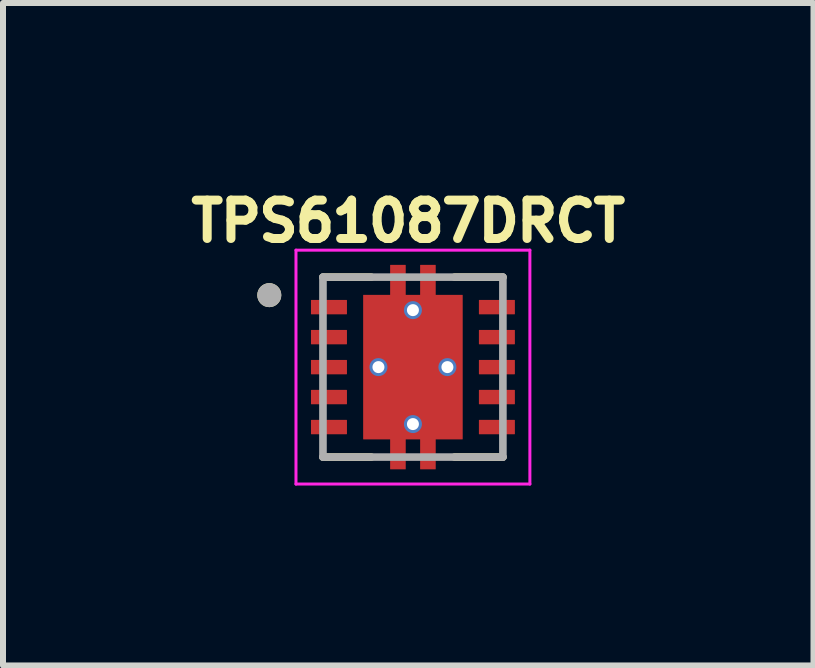
<source format=kicad_pcb>
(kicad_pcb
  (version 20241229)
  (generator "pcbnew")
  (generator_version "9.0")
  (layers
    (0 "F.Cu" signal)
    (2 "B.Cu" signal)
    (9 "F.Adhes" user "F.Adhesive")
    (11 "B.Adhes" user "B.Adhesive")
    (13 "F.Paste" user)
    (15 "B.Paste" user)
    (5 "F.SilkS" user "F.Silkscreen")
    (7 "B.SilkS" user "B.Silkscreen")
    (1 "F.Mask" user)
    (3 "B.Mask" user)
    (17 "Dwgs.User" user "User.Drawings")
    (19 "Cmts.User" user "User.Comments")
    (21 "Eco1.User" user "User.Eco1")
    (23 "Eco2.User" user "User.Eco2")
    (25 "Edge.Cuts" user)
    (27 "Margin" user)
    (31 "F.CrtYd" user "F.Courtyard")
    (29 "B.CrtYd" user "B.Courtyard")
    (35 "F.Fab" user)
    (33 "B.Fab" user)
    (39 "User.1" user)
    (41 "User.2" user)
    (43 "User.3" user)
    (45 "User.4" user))
  (footprint "TPS61087DRCT"
    (layer "F.Cu")
    (at 3.835 3.071)
    (property "Reference" "TPS61087DRCT" (at -0.078 -2.433 0) (layer "F.SilkS") (effects (font (size 0.64 0.64) (thickness 0.15))))
    (attr smd)
    (fp_poly (pts (xy -1.77 -1.19) (xy -1.03 -1.19) (xy -1.03 -0.81) (xy -1.77 -0.81)) (stroke (width 0.01) (type solid)) (fill yes) (layer "F.Mask"))
    (fp_poly (pts (xy -1.77 -0.69) (xy -1.03 -0.69) (xy -1.03 -0.31) (xy -1.77 -0.31)) (stroke (width 0.01) (type solid)) (fill yes) (layer "F.Mask"))
    (fp_poly (pts (xy -1.77 -0.19) (xy -1.03 -0.19) (xy -1.03 0.19) (xy -1.77 0.19)) (stroke (width 0.01) (type solid)) (fill yes) (layer "F.Mask"))
    (fp_poly (pts (xy -1.77 0.31) (xy -1.03 0.31) (xy -1.03 0.69) (xy -1.77 0.69)) (stroke (width 0.01) (type solid)) (fill yes) (layer "F.Mask"))
    (fp_poly (pts (xy -1.77 0.81) (xy -1.03 0.81) (xy -1.03 1.19) (xy -1.77 1.19)) (stroke (width 0.01) (type solid)) (fill yes) (layer "F.Mask"))
    (fp_poly (pts (xy 1.03 -1.19) (xy 1.77 -1.19) (xy 1.77 -0.81) (xy 1.03 -0.81)) (stroke (width 0.01) (type solid)) (fill yes) (layer "F.Mask"))
    (fp_poly (pts (xy 1.03 -0.69) (xy 1.77 -0.69) (xy 1.77 -0.31) (xy 1.03 -0.31)) (stroke (width 0.01) (type solid)) (fill yes) (layer "F.Mask"))
    (fp_poly (pts (xy 1.03 -0.19) (xy 1.77 -0.19) (xy 1.77 0.19) (xy 1.03 0.19)) (stroke (width 0.01) (type solid)) (fill yes) (layer "F.Mask"))
    (fp_poly (pts (xy 1.03 0.31) (xy 1.77 0.31) (xy 1.77 0.69) (xy 1.03 0.69)) (stroke (width 0.01) (type solid)) (fill yes) (layer "F.Mask"))
    (fp_poly (pts (xy 1.03 0.81) (xy 1.77 0.81) (xy 1.77 1.19) (xy 1.03 1.19)) (stroke (width 0.01) (type solid)) (fill yes) (layer "F.Mask"))
    (fp_poly (pts (xy -0.895 -1.27) (xy -0.445 -1.27) (xy -0.445 -1.77) (xy -0.055 -1.77) (xy -0.055 -1.27) (xy 0.055 -1.27) (xy 0.055 -1.77) (xy 0.445 -1.77) (xy 0.445 -1.27) (xy 0.895 -1.27) (xy 0.895 1.27) (xy 0.445 1.27) (xy 0.445 1.77) (xy 0.055 1.77) (xy 0.055 1.27) (xy -0.055 1.27) (xy -0.055 1.77) (xy -0.445 1.77) (xy -0.445 1.27) (xy -0.895 1.27)) (stroke (width 0.01) (type solid)) (fill yes) (layer "F.Mask"))
    (fp_line (start -1.5 -1.5) (end -0.695 -1.5) (stroke (width 0.127) (type solid)) (layer "F.SilkS"))
    (fp_line (start -1.5 1.5) (end -0.695 1.5) (stroke (width 0.127) (type solid)) (layer "F.SilkS"))
    (fp_line (start 0.695 -1.5) (end 1.5 -1.5) (stroke (width 0.127) (type solid)) (layer "F.SilkS"))
    (fp_line (start 0.695 1.5) (end 1.5 1.5) (stroke (width 0.127) (type solid)) (layer "F.SilkS"))
    (fp_circle (center -2.395 -1.2) (end -2.295 -1.2) (stroke (width 0.2) (type solid)) (fill no) (layer "F.SilkS"))
    (fp_poly (pts (xy -0.75 -1.16) (xy 0.75 -1.16) (xy 0.75 -0.1) (xy -0.75 -0.1)) (stroke (width 0.01) (type solid)) (fill yes) (layer "F.Paste"))
    (fp_poly (pts (xy -0.75 0.1) (xy 0.75 0.1) (xy 0.75 1.16) (xy -0.75 1.16)) (stroke (width 0.01) (type solid)) (fill yes) (layer "F.Paste"))
    (fp_poly (pts (xy -0.375 -1.7) (xy -0.125 -1.7) (xy -0.125 -1.36) (xy -0.375 -1.36)) (stroke (width 0.01) (type solid)) (fill yes) (layer "F.Paste"))
    (fp_poly (pts (xy -0.375 1.36) (xy -0.125 1.36) (xy -0.125 1.7) (xy -0.375 1.7)) (stroke (width 0.01) (type solid)) (fill yes) (layer "F.Paste"))
    (fp_poly (pts (xy 0.125 -1.7) (xy 0.375 -1.7) (xy 0.375 -1.36) (xy 0.125 -1.36)) (stroke (width 0.01) (type solid)) (fill yes) (layer "F.Paste"))
    (fp_poly (pts (xy 0.125 1.36) (xy 0.375 1.36) (xy 0.375 1.7) (xy 0.125 1.7)) (stroke (width 0.01) (type solid)) (fill yes) (layer "F.Paste"))
    (fp_line (start -1.95 -1.95) (end -1.95 1.95) (stroke (width 0.05) (type solid)) (layer "F.CrtYd"))
    (fp_line (start -1.95 -1.95) (end 1.95 -1.95) (stroke (width 0.05) (type solid)) (layer "F.CrtYd"))
    (fp_line (start -1.95 1.95) (end 1.95 1.95) (stroke (width 0.05) (type solid)) (layer "F.CrtYd"))
    (fp_line (start 1.95 -1.95) (end 1.95 1.95) (stroke (width 0.05) (type solid)) (layer "F.CrtYd"))
    (fp_line (start -1.5 -1.5) (end -1.5 1.5) (stroke (width 0.127) (type solid)) (layer "F.Fab"))
    (fp_line (start -1.5 -1.5) (end 1.5 -1.5) (stroke (width 0.127) (type solid)) (layer "F.Fab"))
    (fp_line (start -1.5 1.5) (end 1.5 1.5) (stroke (width 0.127) (type solid)) (layer "F.Fab"))
    (fp_line (start 1.5 -1.5) (end 1.5 1.5) (stroke (width 0.127) (type solid)) (layer "F.Fab"))
    (fp_circle (center -2.395 -1.2) (end -2.295 -1.2) (stroke (width 0.2) (type solid)) (fill no) (layer "F.Fab"))
    (pad "1" smd roundrect (at -1.4 -1) (size 0.6 0.24) (layers "F.Cu" "F.Paste") (roundrect_rratio 0.03))
    (pad "2" smd roundrect (at -1.4 -0.5) (size 0.6 0.24) (layers "F.Cu" "F.Paste") (roundrect_rratio 0.03))
    (pad "3" smd roundrect (at -1.4 0) (size 0.6 0.24) (layers "F.Cu" "F.Paste") (roundrect_rratio 0.03))
    (pad "4" smd roundrect (at -1.4 0.5) (size 0.6 0.24) (layers "F.Cu" "F.Paste") (roundrect_rratio 0.03))
    (pad "5" smd roundrect (at -1.4 1) (size 0.6 0.24) (layers "F.Cu" "F.Paste") (roundrect_rratio 0.03))
    (pad "6" smd roundrect (at 1.4 1) (size 0.6 0.24) (layers "F.Cu" "F.Paste") (roundrect_rratio 0.03))
    (pad "7" smd roundrect (at 1.4 0.5) (size 0.6 0.24) (layers "F.Cu" "F.Paste") (roundrect_rratio 0.03))
    (pad "8" smd roundrect (at 1.4 0) (size 0.6 0.24) (layers "F.Cu" "F.Paste") (roundrect_rratio 0.03))
    (pad "9" smd roundrect (at 1.4 -0.5) (size 0.6 0.24) (layers "F.Cu" "F.Paste") (roundrect_rratio 0.03))
    (pad "10" smd roundrect (at 1.4 -1) (size 0.6 0.24) (layers "F.Cu" "F.Paste") (roundrect_rratio 0.03))
    (pad "11" smd custom (at 0 0) (size 1.65 2.4) (layers "F.Cu") (options (anchor rect)) (primitives (gr_poly (pts (xy -0.825 -1.2) (xy -0.375 -1.2) (xy -0.375 -1.7) (xy -0.125 -1.7) (xy -0.125 -1.2) (xy 0.125 -1.2) (xy 0.125 -1.7) (xy 0.375 -1.7) (xy 0.375 -1.2) (xy 0.825 -1.2) (xy 0.825 1.2) (xy 0.375 1.2) (xy 0.375 1.7) (xy 0.125 1.7) (xy 0.125 1.2) (xy -0.125 1.2) (xy -0.125 1.7) (xy -0.375 1.7) (xy -0.375 1.2) (xy -0.825 1.2)) (width 0.01) (fill yes))))
    (pad "12" thru_hole circle (at 0 0.95) (size 0.3 0.3) (drill 0.2) (layers "*.Cu"))
    (pad "13" thru_hole circle (at -0.575 0) (size 0.3 0.3) (drill 0.2) (layers "*.Cu"))
    (pad "14" thru_hole circle (at 0.575 0) (size 0.3 0.3) (drill 0.2) (layers "*.Cu"))
    (pad "15" thru_hole circle (at 0 -0.95) (size 0.3 0.3) (drill 0.2) (layers "*.Cu")))
  (gr_rect
    (start -3 -3)
    (end 10.514 8.046)
    (stroke (width 0.1) (type default))
    (fill no)
    (layer "Edge.Cuts")))
</source>
